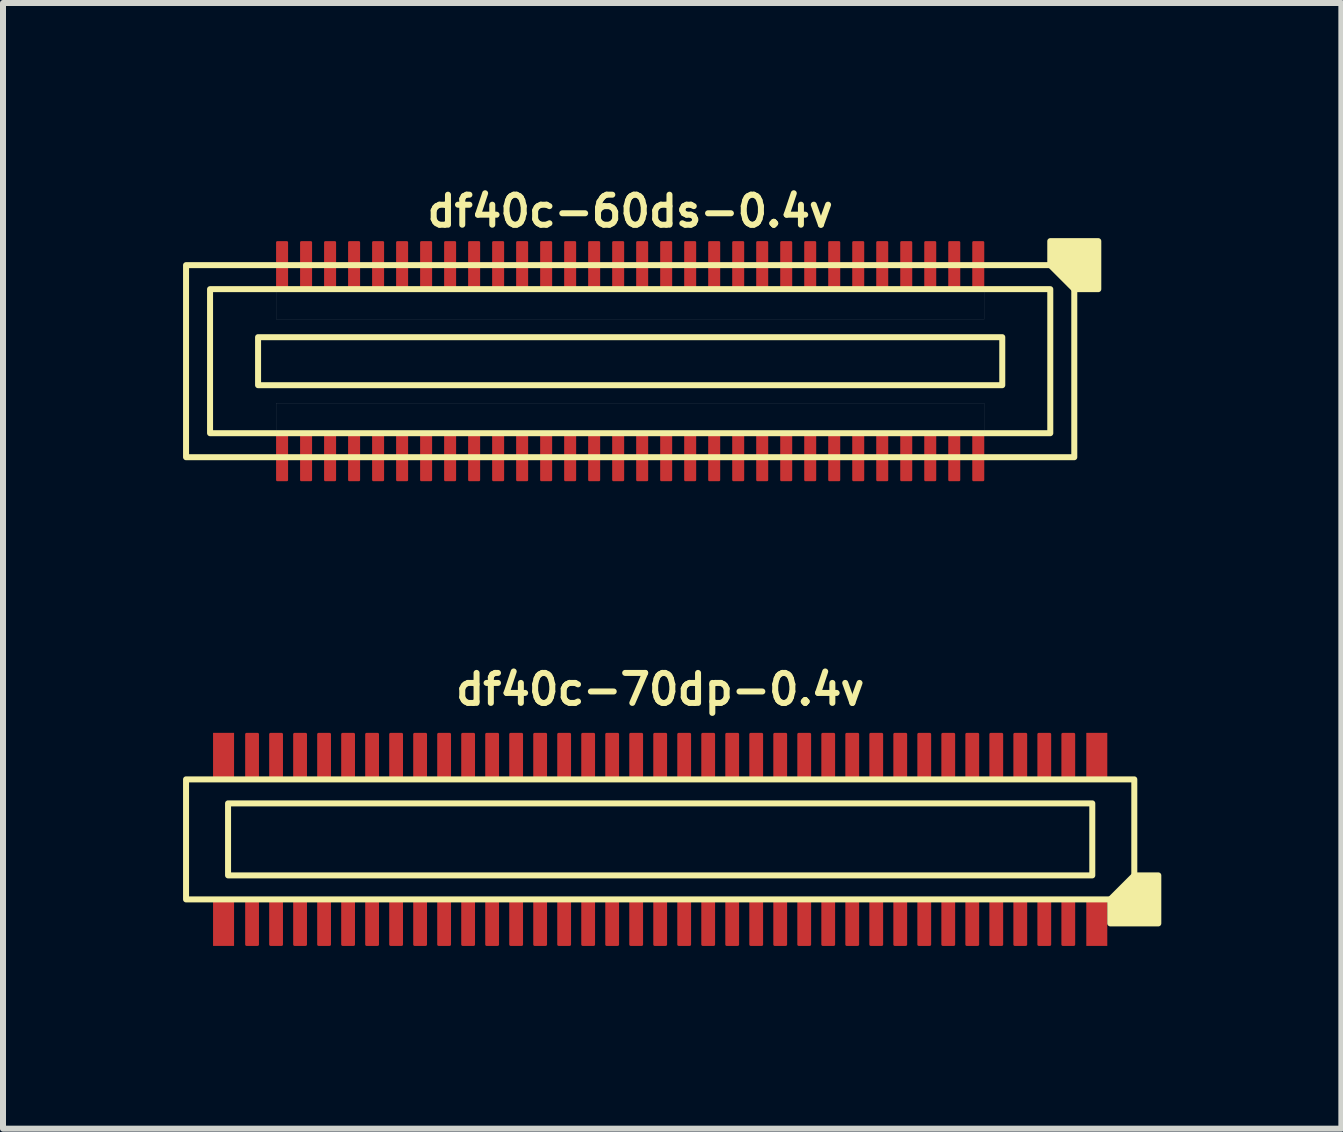
<source format=kicad_pcb>
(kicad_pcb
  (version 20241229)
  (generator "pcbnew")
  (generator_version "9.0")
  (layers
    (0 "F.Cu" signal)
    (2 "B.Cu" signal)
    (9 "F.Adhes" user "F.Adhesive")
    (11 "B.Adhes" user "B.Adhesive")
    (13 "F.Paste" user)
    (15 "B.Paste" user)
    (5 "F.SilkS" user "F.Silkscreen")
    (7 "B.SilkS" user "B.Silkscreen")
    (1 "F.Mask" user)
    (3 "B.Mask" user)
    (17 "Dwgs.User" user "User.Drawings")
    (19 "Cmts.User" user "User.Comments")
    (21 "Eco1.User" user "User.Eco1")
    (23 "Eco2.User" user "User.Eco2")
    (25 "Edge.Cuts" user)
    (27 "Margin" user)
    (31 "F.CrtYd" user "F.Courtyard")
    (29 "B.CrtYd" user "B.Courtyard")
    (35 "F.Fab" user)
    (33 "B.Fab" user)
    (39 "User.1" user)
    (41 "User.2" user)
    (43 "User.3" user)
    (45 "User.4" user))
  (footprint "df40c-70dp-0.4v"
    (layer "F.Cu")
    (at 7.95 10.936)
    (property "Reference" "df40c-70dp-0.4v" (at 0 -2.5 180) (layer "F.SilkS") (effects (font (size 0.5 0.5) (thickness 0.1))))
    (attr smd)
    (fp_rect (start -7.45 -1.775) (end -7.1 -1.025) (stroke (width 0) (type solid)) (fill yes) (layer "F.Cu"))
    (fp_rect (start -7.45 1.025) (end -7.1 1.775) (stroke (width 0) (type solid)) (fill yes) (layer "F.Cu"))
    (fp_rect (start 7.1 -1.775) (end 7.45 -1.025) (stroke (width 0) (type solid)) (fill yes) (layer "F.Cu"))
    (fp_rect (start 7.1 1.025) (end 7.45 1.775) (stroke (width 0) (type solid)) (fill yes) (layer "F.Cu"))
    (fp_rect (start -7.48 -1.805) (end -7.07 -0.995) (stroke (width 0) (type solid)) (fill yes) (layer "F.Mask"))
    (fp_rect (start -7.48 0.995) (end -7.07 1.805) (stroke (width 0) (type solid)) (fill yes) (layer "F.Mask"))
    (fp_rect (start 7.07 -0.995) (end 7.48 -1.805) (stroke (width 0.03) (type solid)) (fill yes) (layer "F.Mask"))
    (fp_rect (start 7.07 0.995) (end 7.48 1.805) (stroke (width 0.03) (type solid)) (fill yes) (layer "F.Mask"))
    (fp_rect (start 7.2 -0.6) (end -7.2 0.6) (stroke (width 0.1) (type default)) (fill no) (layer "F.SilkS"))
    (fp_rect (start 7.9 -1) (end -7.9 1) (stroke (width 0.1) (type default)) (fill no) (layer "F.SilkS"))
    (fp_poly (pts (xy 7.5 1) (xy 7.5 1.4) (xy 8.3 1.4) (xy 8.3 0.6) (xy 7.9 0.6)) (stroke (width 0.1) (type solid)) (fill yes) (layer "F.SilkS"))
    (fp_rect (start -7.45 -1.775) (end -7.1 -1.025) (stroke (width 0) (type solid)) (fill yes) (layer "F.Paste"))
    (fp_rect (start -7.1 1.025) (end -7.45 1.775) (stroke (width 0) (type solid)) (fill yes) (layer "F.Paste"))
    (fp_rect (start 7.1 -1.775) (end 7.45 -1.025) (stroke (width 0) (type solid)) (fill yes) (layer "F.Paste"))
    (fp_rect (start 7.1 1.025) (end 7.45 1.775) (stroke (width 0) (type solid)) (fill yes) (layer "F.Paste"))
    (pad "1" smd roundrect (at 6.8 1.4) (size 0.23 0.75) (layers "F.Cu" "F.Mask" "F.Paste") (roundrect_rratio 0.1))
    (pad "2" smd roundrect (at 6.8 -1.4) (size 0.23 0.75) (layers "F.Cu" "F.Mask" "F.Paste") (roundrect_rratio 0.1))
    (pad "3" smd roundrect (at 6.4 1.4) (size 0.23 0.75) (layers "F.Cu" "F.Mask" "F.Paste") (roundrect_rratio 0.1))
    (pad "4" smd roundrect (at 6.4 -1.4) (size 0.23 0.75) (layers "F.Cu" "F.Mask" "F.Paste") (roundrect_rratio 0.1))
    (pad "5" smd roundrect (at 6 1.4) (size 0.23 0.75) (layers "F.Cu" "F.Mask" "F.Paste") (roundrect_rratio 0.1))
    (pad "6" smd roundrect (at 6 -1.4) (size 0.23 0.75) (layers "F.Cu" "F.Mask" "F.Paste") (roundrect_rratio 0.1))
    (pad "7" smd roundrect (at 5.6 1.4) (size 0.23 0.75) (layers "F.Cu" "F.Mask" "F.Paste") (roundrect_rratio 0.1))
    (pad "8" smd roundrect (at 5.6 -1.4) (size 0.23 0.75) (layers "F.Cu" "F.Mask" "F.Paste") (roundrect_rratio 0.1))
    (pad "9" smd roundrect (at 5.2 1.4) (size 0.23 0.75) (layers "F.Cu" "F.Mask" "F.Paste") (roundrect_rratio 0.1))
    (pad "10" smd roundrect (at 5.2 -1.4) (size 0.23 0.75) (layers "F.Cu" "F.Mask" "F.Paste") (roundrect_rratio 0.1))
    (pad "11" smd roundrect (at 4.8 1.4) (size 0.23 0.75) (layers "F.Cu" "F.Mask" "F.Paste") (roundrect_rratio 0.1))
    (pad "12" smd roundrect (at 4.8 -1.4) (size 0.23 0.75) (layers "F.Cu" "F.Mask" "F.Paste") (roundrect_rratio 0.1))
    (pad "13" smd roundrect (at 4.4 1.4) (size 0.23 0.75) (layers "F.Cu" "F.Mask" "F.Paste") (roundrect_rratio 0.1))
    (pad "14" smd roundrect (at 4.4 -1.4) (size 0.23 0.75) (layers "F.Cu" "F.Mask" "F.Paste") (roundrect_rratio 0.1))
    (pad "15" smd roundrect (at 4 1.4) (size 0.23 0.75) (layers "F.Cu" "F.Mask" "F.Paste") (roundrect_rratio 0.1))
    (pad "16" smd roundrect (at 4 -1.4) (size 0.23 0.75) (layers "F.Cu" "F.Mask" "F.Paste") (roundrect_rratio 0.1))
    (pad "17" smd roundrect (at 3.6 1.4) (size 0.23 0.75) (layers "F.Cu" "F.Mask" "F.Paste") (roundrect_rratio 0.1))
    (pad "18" smd roundrect (at 3.6 -1.4) (size 0.23 0.75) (layers "F.Cu" "F.Mask" "F.Paste") (roundrect_rratio 0.1))
    (pad "19" smd roundrect (at 3.2 1.4) (size 0.23 0.75) (layers "F.Cu" "F.Mask" "F.Paste") (roundrect_rratio 0.1))
    (pad "20" smd roundrect (at 3.2 -1.4) (size 0.23 0.75) (layers "F.Cu" "F.Mask" "F.Paste") (roundrect_rratio 0.1))
    (pad "21" smd roundrect (at 2.8 1.4) (size 0.23 0.75) (layers "F.Cu" "F.Mask" "F.Paste") (roundrect_rratio 0.1))
    (pad "22" smd roundrect (at 2.8 -1.4) (size 0.23 0.75) (layers "F.Cu" "F.Mask" "F.Paste") (roundrect_rratio 0.1))
    (pad "23" smd roundrect (at 2.4 1.4) (size 0.23 0.75) (layers "F.Cu" "F.Mask" "F.Paste") (roundrect_rratio 0.1))
    (pad "24" smd roundrect (at 2.4 -1.4) (size 0.23 0.75) (layers "F.Cu" "F.Mask" "F.Paste") (roundrect_rratio 0.1))
    (pad "25" smd roundrect (at 2 1.4) (size 0.23 0.75) (layers "F.Cu" "F.Mask" "F.Paste") (roundrect_rratio 0.1))
    (pad "26" smd roundrect (at 2 -1.4) (size 0.23 0.75) (layers "F.Cu" "F.Mask" "F.Paste") (roundrect_rratio 0.1))
    (pad "27" smd roundrect (at 1.6 1.4) (size 0.23 0.75) (layers "F.Cu" "F.Mask" "F.Paste") (roundrect_rratio 0.1))
    (pad "28" smd roundrect (at 1.6 -1.4) (size 0.23 0.75) (layers "F.Cu" "F.Mask" "F.Paste") (roundrect_rratio 0.1))
    (pad "29" smd roundrect (at 1.2 1.4) (size 0.23 0.75) (layers "F.Cu" "F.Mask" "F.Paste") (roundrect_rratio 0.1))
    (pad "30" smd roundrect (at 1.2 -1.4) (size 0.23 0.75) (layers "F.Cu" "F.Mask" "F.Paste") (roundrect_rratio 0.1))
    (pad "31" smd roundrect (at 0.8 1.4) (size 0.23 0.75) (layers "F.Cu" "F.Mask" "F.Paste") (roundrect_rratio 0.1))
    (pad "32" smd roundrect (at 0.8 -1.4) (size 0.23 0.75) (layers "F.Cu" "F.Mask" "F.Paste") (roundrect_rratio 0.1))
    (pad "33" smd roundrect (at 0.4 1.4) (size 0.23 0.75) (layers "F.Cu" "F.Mask" "F.Paste") (roundrect_rratio 0.1))
    (pad "34" smd roundrect (at 0.4 -1.4) (size 0.23 0.75) (layers "F.Cu" "F.Mask" "F.Paste") (roundrect_rratio 0.1))
    (pad "35" smd roundrect (at 0 1.4) (size 0.23 0.75) (layers "F.Cu" "F.Mask" "F.Paste") (roundrect_rratio 0.1))
    (pad "36" smd roundrect (at 0 -1.4) (size 0.23 0.75) (layers "F.Cu" "F.Mask" "F.Paste") (roundrect_rratio 0.1))
    (pad "37" smd roundrect (at -0.4 1.4) (size 0.23 0.75) (layers "F.Cu" "F.Mask" "F.Paste") (roundrect_rratio 0.1))
    (pad "38" smd roundrect (at -0.4 -1.4) (size 0.23 0.75) (layers "F.Cu" "F.Mask" "F.Paste") (roundrect_rratio 0.1))
    (pad "39" smd roundrect (at -0.8 1.4) (size 0.23 0.75) (layers "F.Cu" "F.Mask" "F.Paste") (roundrect_rratio 0.1))
    (pad "40" smd roundrect (at -0.8 -1.4) (size 0.23 0.75) (layers "F.Cu" "F.Mask" "F.Paste") (roundrect_rratio 0.1))
    (pad "41" smd roundrect (at -1.2 1.4) (size 0.23 0.75) (layers "F.Cu" "F.Mask" "F.Paste") (roundrect_rratio 0.1))
    (pad "42" smd roundrect (at -1.2 -1.4) (size 0.23 0.75) (layers "F.Cu" "F.Mask" "F.Paste") (roundrect_rratio 0.1))
    (pad "43" smd roundrect (at -1.6 1.4) (size 0.23 0.75) (layers "F.Cu" "F.Mask" "F.Paste") (roundrect_rratio 0.1))
    (pad "44" smd roundrect (at -1.6 -1.4) (size 0.23 0.75) (layers "F.Cu" "F.Mask" "F.Paste") (roundrect_rratio 0.1))
    (pad "45" smd roundrect (at -2 1.4) (size 0.23 0.75) (layers "F.Cu" "F.Mask" "F.Paste") (roundrect_rratio 0.1))
    (pad "46" smd roundrect (at -2 -1.4) (size 0.23 0.75) (layers "F.Cu" "F.Mask" "F.Paste") (roundrect_rratio 0.1))
    (pad "47" smd roundrect (at -2.4 1.4) (size 0.23 0.75) (layers "F.Cu" "F.Mask" "F.Paste") (roundrect_rratio 0.1))
    (pad "48" smd roundrect (at -2.4 -1.4) (size 0.23 0.75) (layers "F.Cu" "F.Mask" "F.Paste") (roundrect_rratio 0.1))
    (pad "49" smd roundrect (at -2.8 1.4) (size 0.23 0.75) (layers "F.Cu" "F.Mask" "F.Paste") (roundrect_rratio 0.1))
    (pad "50" smd roundrect (at -2.8 -1.4) (size 0.23 0.75) (layers "F.Cu" "F.Mask" "F.Paste") (roundrect_rratio 0.1))
    (pad "51" smd roundrect (at -3.2 1.4) (size 0.23 0.75) (layers "F.Cu" "F.Mask" "F.Paste") (roundrect_rratio 0.1))
    (pad "52" smd roundrect (at -3.2 -1.4) (size 0.23 0.75) (layers "F.Cu" "F.Mask" "F.Paste") (roundrect_rratio 0.1))
    (pad "53" smd roundrect (at -3.6 1.4) (size 0.23 0.75) (layers "F.Cu" "F.Mask" "F.Paste") (roundrect_rratio 0.1))
    (pad "54" smd roundrect (at -3.6 -1.4) (size 0.23 0.75) (layers "F.Cu" "F.Mask" "F.Paste") (roundrect_rratio 0.1))
    (pad "55" smd roundrect (at -4 1.4) (size 0.23 0.75) (layers "F.Cu" "F.Mask" "F.Paste") (roundrect_rratio 0.1))
    (pad "56" smd roundrect (at -4 -1.4) (size 0.23 0.75) (layers "F.Cu" "F.Mask" "F.Paste") (roundrect_rratio 0.1))
    (pad "57" smd roundrect (at -4.4 1.4) (size 0.23 0.75) (layers "F.Cu" "F.Mask" "F.Paste") (roundrect_rratio 0.1))
    (pad "58" smd roundrect (at -4.4 -1.4) (size 0.23 0.75) (layers "F.Cu" "F.Mask" "F.Paste") (roundrect_rratio 0.1))
    (pad "59" smd roundrect (at -4.8 1.4) (size 0.23 0.75) (layers "F.Cu" "F.Mask" "F.Paste") (roundrect_rratio 0.1))
    (pad "60" smd roundrect (at -4.8 -1.4) (size 0.23 0.75) (layers "F.Cu" "F.Mask" "F.Paste") (roundrect_rratio 0.1))
    (pad "61" smd roundrect (at -5.2 1.4) (size 0.23 0.75) (layers "F.Cu" "F.Mask" "F.Paste") (roundrect_rratio 0.1))
    (pad "62" smd roundrect (at -5.2 -1.4) (size 0.23 0.75) (layers "F.Cu" "F.Mask" "F.Paste") (roundrect_rratio 0.1))
    (pad "63" smd roundrect (at -5.6 1.4) (size 0.23 0.75) (layers "F.Cu" "F.Mask" "F.Paste") (roundrect_rratio 0.1))
    (pad "64" smd roundrect (at -5.6 -1.4) (size 0.23 0.75) (layers "F.Cu" "F.Mask" "F.Paste") (roundrect_rratio 0.1))
    (pad "65" smd roundrect (at -6 1.4) (size 0.23 0.75) (layers "F.Cu" "F.Mask" "F.Paste") (roundrect_rratio 0.1))
    (pad "66" smd roundrect (at -6 -1.4) (size 0.23 0.75) (layers "F.Cu" "F.Mask" "F.Paste") (roundrect_rratio 0.1))
    (pad "67" smd roundrect (at -6.4 1.4) (size 0.23 0.75) (layers "F.Cu" "F.Mask" "F.Paste") (roundrect_rratio 0.1))
    (pad "68" smd roundrect (at -6.4 -1.4) (size 0.23 0.75) (layers "F.Cu" "F.Mask" "F.Paste") (roundrect_rratio 0.1))
    (pad "69" smd roundrect (at -6.8 1.4) (size 0.23 0.75) (layers "F.Cu" "F.Mask" "F.Paste") (roundrect_rratio 0.1))
    (pad "70" smd roundrect (at -6.8 -1.4) (size 0.23 0.75) (layers "F.Cu" "F.Mask" "F.Paste") (roundrect_rratio 0.1)))
  (footprint "df40c-60ds-0.4v"
    (layer "F.Cu")
    (at 7.45 2.968)
    (property "Reference" "df40c-60ds-0.4v" (at 0 -2.5 180) (layer "F.SilkS") (effects (font (size 0.5 0.5) (thickness 0.1))))
    (attr smd)
    (fp_rect (start -6.2 -0.4) (end 6.2 0.4) (stroke (width 0.1) (type default)) (fill no) (layer "F.SilkS"))
    (fp_rect (start 7 -1.2) (end -7 1.2) (stroke (width 0.1) (type default)) (fill no) (layer "F.SilkS"))
    (fp_rect (start 7.4 -1.6) (end -7.4 1.6) (stroke (width 0.1) (type default)) (fill no) (layer "F.SilkS"))
    (fp_poly (pts (xy 7 -1.6) (xy 7 -2) (xy 7.8 -2) (xy 7.8 -1.2) (xy 7.4 -1.2)) (stroke (width 0.1) (type solid)) (fill yes) (layer "F.SilkS"))
    (fp_poly (pts (xy -5.9 -1.2) (xy 5.9 -1.2) (xy 5.9 -0.7) (xy -5.9 -0.7)) (stroke (width 0.001) (type solid)) (fill no) (layer "Dwgs.User"))
    (fp_poly (pts (xy -5.9 0.7) (xy 5.9 0.7) (xy 5.9 1.2) (xy -5.9 1.2)) (stroke (width 0.001) (type solid)) (fill no) (layer "Dwgs.User"))
    (pad "1" smd roundrect (at 5.8 -1.6) (size 0.2 0.8) (layers "F.Cu" "F.Mask" "F.Paste") (roundrect_rratio 0.1))
    (pad "2" smd roundrect (at 5.8 1.6) (size 0.2 0.8) (layers "F.Cu" "F.Mask" "F.Paste") (roundrect_rratio 0.1))
    (pad "3" smd roundrect (at 5.4 -1.6) (size 0.2 0.8) (layers "F.Cu" "F.Mask" "F.Paste") (roundrect_rratio 0.1))
    (pad "4" smd roundrect (at 5.4 1.6) (size 0.2 0.8) (layers "F.Cu" "F.Mask" "F.Paste") (roundrect_rratio 0.1))
    (pad "5" smd roundrect (at 5 -1.6) (size 0.2 0.8) (layers "F.Cu" "F.Mask" "F.Paste") (roundrect_rratio 0.1))
    (pad "6" smd roundrect (at 5 1.6) (size 0.2 0.8) (layers "F.Cu" "F.Mask" "F.Paste") (roundrect_rratio 0.1))
    (pad "7" smd roundrect (at 4.6 -1.6) (size 0.2 0.8) (layers "F.Cu" "F.Mask" "F.Paste") (roundrect_rratio 0.1))
    (pad "8" smd roundrect (at 4.6 1.6) (size 0.2 0.8) (layers "F.Cu" "F.Mask" "F.Paste") (roundrect_rratio 0.1))
    (pad "9" smd roundrect (at 4.2 -1.6) (size 0.2 0.8) (layers "F.Cu" "F.Mask" "F.Paste") (roundrect_rratio 0.1))
    (pad "10" smd roundrect (at 4.2 1.6) (size 0.2 0.8) (layers "F.Cu" "F.Mask" "F.Paste") (roundrect_rratio 0.1))
    (pad "11" smd roundrect (at 3.8 -1.6) (size 0.2 0.8) (layers "F.Cu" "F.Mask" "F.Paste") (roundrect_rratio 0.1))
    (pad "12" smd roundrect (at 3.8 1.6) (size 0.2 0.8) (layers "F.Cu" "F.Mask" "F.Paste") (roundrect_rratio 0.1))
    (pad "13" smd roundrect (at 3.4 -1.6) (size 0.2 0.8) (layers "F.Cu" "F.Mask" "F.Paste") (roundrect_rratio 0.1))
    (pad "14" smd roundrect (at 3.4 1.6) (size 0.2 0.8) (layers "F.Cu" "F.Mask" "F.Paste") (roundrect_rratio 0.1))
    (pad "15" smd roundrect (at 3 -1.6) (size 0.2 0.8) (layers "F.Cu" "F.Mask" "F.Paste") (roundrect_rratio 0.1))
    (pad "16" smd roundrect (at 3 1.6) (size 0.2 0.8) (layers "F.Cu" "F.Mask" "F.Paste") (roundrect_rratio 0.1))
    (pad "17" smd roundrect (at 2.6 -1.6) (size 0.2 0.8) (layers "F.Cu" "F.Mask" "F.Paste") (roundrect_rratio 0.1))
    (pad "18" smd roundrect (at 2.6 1.6) (size 0.2 0.8) (layers "F.Cu" "F.Mask" "F.Paste") (roundrect_rratio 0.1))
    (pad "19" smd roundrect (at 2.2 -1.6) (size 0.2 0.8) (layers "F.Cu" "F.Mask" "F.Paste") (roundrect_rratio 0.1))
    (pad "20" smd roundrect (at 2.2 1.6) (size 0.2 0.8) (layers "F.Cu" "F.Mask" "F.Paste") (roundrect_rratio 0.1))
    (pad "21" smd roundrect (at 1.8 -1.6) (size 0.2 0.8) (layers "F.Cu" "F.Mask" "F.Paste") (roundrect_rratio 0.1))
    (pad "22" smd roundrect (at 1.8 1.6) (size 0.2 0.8) (layers "F.Cu" "F.Mask" "F.Paste") (roundrect_rratio 0.1))
    (pad "23" smd roundrect (at 1.4 -1.6) (size 0.2 0.8) (layers "F.Cu" "F.Mask" "F.Paste") (roundrect_rratio 0.1))
    (pad "24" smd roundrect (at 1.4 1.6) (size 0.2 0.8) (layers "F.Cu" "F.Mask" "F.Paste") (roundrect_rratio 0.1))
    (pad "25" smd roundrect (at 1 -1.6) (size 0.2 0.8) (layers "F.Cu" "F.Mask" "F.Paste") (roundrect_rratio 0.1))
    (pad "26" smd roundrect (at 1 1.6) (size 0.2 0.8) (layers "F.Cu" "F.Mask" "F.Paste") (roundrect_rratio 0.1))
    (pad "27" smd roundrect (at 0.6 -1.6) (size 0.2 0.8) (layers "F.Cu" "F.Mask" "F.Paste") (roundrect_rratio 0.1))
    (pad "28" smd roundrect (at 0.6 1.6) (size 0.2 0.8) (layers "F.Cu" "F.Mask" "F.Paste") (roundrect_rratio 0.1))
    (pad "29" smd roundrect (at 0.2 -1.6) (size 0.2 0.8) (layers "F.Cu" "F.Mask" "F.Paste") (roundrect_rratio 0.1))
    (pad "30" smd roundrect (at 0.2 1.6) (size 0.2 0.8) (layers "F.Cu" "F.Mask" "F.Paste") (roundrect_rratio 0.1))
    (pad "31" smd roundrect (at -0.2 -1.6) (size 0.2 0.8) (layers "F.Cu" "F.Mask" "F.Paste") (roundrect_rratio 0.1))
    (pad "32" smd roundrect (at -0.2 1.6) (size 0.2 0.8) (layers "F.Cu" "F.Mask" "F.Paste") (roundrect_rratio 0.1))
    (pad "33" smd roundrect (at -0.6 -1.6) (size 0.2 0.8) (layers "F.Cu" "F.Mask" "F.Paste") (roundrect_rratio 0.1))
    (pad "34" smd roundrect (at -0.6 1.6) (size 0.2 0.8) (layers "F.Cu" "F.Mask" "F.Paste") (roundrect_rratio 0.1))
    (pad "35" smd roundrect (at -1 -1.6) (size 0.2 0.8) (layers "F.Cu" "F.Mask" "F.Paste") (roundrect_rratio 0.1))
    (pad "36" smd roundrect (at -1 1.6) (size 0.2 0.8) (layers "F.Cu" "F.Mask" "F.Paste") (roundrect_rratio 0.1))
    (pad "37" smd roundrect (at -1.4 -1.6) (size 0.2 0.8) (layers "F.Cu" "F.Mask" "F.Paste") (roundrect_rratio 0.1))
    (pad "38" smd roundrect (at -1.4 1.6) (size 0.2 0.8) (layers "F.Cu" "F.Mask" "F.Paste") (roundrect_rratio 0.1))
    (pad "39" smd roundrect (at -1.8 -1.6) (size 0.2 0.8) (layers "F.Cu" "F.Mask" "F.Paste") (roundrect_rratio 0.1))
    (pad "40" smd roundrect (at -1.8 1.6) (size 0.2 0.8) (layers "F.Cu" "F.Mask" "F.Paste") (roundrect_rratio 0.1))
    (pad "41" smd roundrect (at -2.2 -1.6) (size 0.2 0.8) (layers "F.Cu" "F.Mask" "F.Paste") (roundrect_rratio 0.1))
    (pad "42" smd roundrect (at -2.2 1.6) (size 0.2 0.8) (layers "F.Cu" "F.Mask" "F.Paste") (roundrect_rratio 0.1))
    (pad "43" smd roundrect (at -2.6 -1.6) (size 0.2 0.8) (layers "F.Cu" "F.Mask" "F.Paste") (roundrect_rratio 0.1))
    (pad "44" smd roundrect (at -2.6 1.6) (size 0.2 0.8) (layers "F.Cu" "F.Mask" "F.Paste") (roundrect_rratio 0.1))
    (pad "45" smd roundrect (at -3 -1.6) (size 0.2 0.8) (layers "F.Cu" "F.Mask" "F.Paste") (roundrect_rratio 0.1))
    (pad "46" smd roundrect (at -3 1.6) (size 0.2 0.8) (layers "F.Cu" "F.Mask" "F.Paste") (roundrect_rratio 0.1))
    (pad "47" smd roundrect (at -3.4 -1.6) (size 0.2 0.8) (layers "F.Cu" "F.Mask" "F.Paste") (roundrect_rratio 0.1))
    (pad "48" smd roundrect (at -3.4 1.6) (size 0.2 0.8) (layers "F.Cu" "F.Mask" "F.Paste") (roundrect_rratio 0.1))
    (pad "49" smd roundrect (at -3.8 -1.6) (size 0.2 0.8) (layers "F.Cu" "F.Mask" "F.Paste") (roundrect_rratio 0.1))
    (pad "50" smd roundrect (at -3.8 1.6) (size 0.2 0.8) (layers "F.Cu" "F.Mask" "F.Paste") (roundrect_rratio 0.1))
    (pad "51" smd roundrect (at -4.2 -1.6) (size 0.2 0.8) (layers "F.Cu" "F.Mask" "F.Paste") (roundrect_rratio 0.1))
    (pad "52" smd roundrect (at -4.2 1.6) (size 0.2 0.8) (layers "F.Cu" "F.Mask" "F.Paste") (roundrect_rratio 0.1))
    (pad "53" smd roundrect (at -4.6 -1.6) (size 0.2 0.8) (layers "F.Cu" "F.Mask" "F.Paste") (roundrect_rratio 0.1))
    (pad "54" smd roundrect (at -4.6 1.6) (size 0.2 0.8) (layers "F.Cu" "F.Mask" "F.Paste") (roundrect_rratio 0.1))
    (pad "55" smd roundrect (at -5 -1.6) (size 0.2 0.8) (layers "F.Cu" "F.Mask" "F.Paste") (roundrect_rratio 0.1))
    (pad "56" smd roundrect (at -5 1.6) (size 0.2 0.8) (layers "F.Cu" "F.Mask" "F.Paste") (roundrect_rratio 0.1))
    (pad "57" smd roundrect (at -5.4 -1.6) (size 0.2 0.8) (layers "F.Cu" "F.Mask" "F.Paste") (roundrect_rratio 0.1))
    (pad "58" smd roundrect (at -5.4 1.6) (size 0.2 0.8) (layers "F.Cu" "F.Mask" "F.Paste") (roundrect_rratio 0.1))
    (pad "59" smd roundrect (at -5.8 -1.6) (size 0.2 0.8) (layers "F.Cu" "F.Mask" "F.Paste") (roundrect_rratio 0.1))
    (pad "60" smd roundrect (at -5.8 1.6) (size 0.2 0.8) (layers "F.Cu" "F.Mask" "F.Paste") (roundrect_rratio 0.1)))
  (gr_rect
    (start -3 -3)
    (end 19.3 15.756)
    (stroke (width 0.1) (type default))
    (fill no)
    (layer "Edge.Cuts")))
</source>
